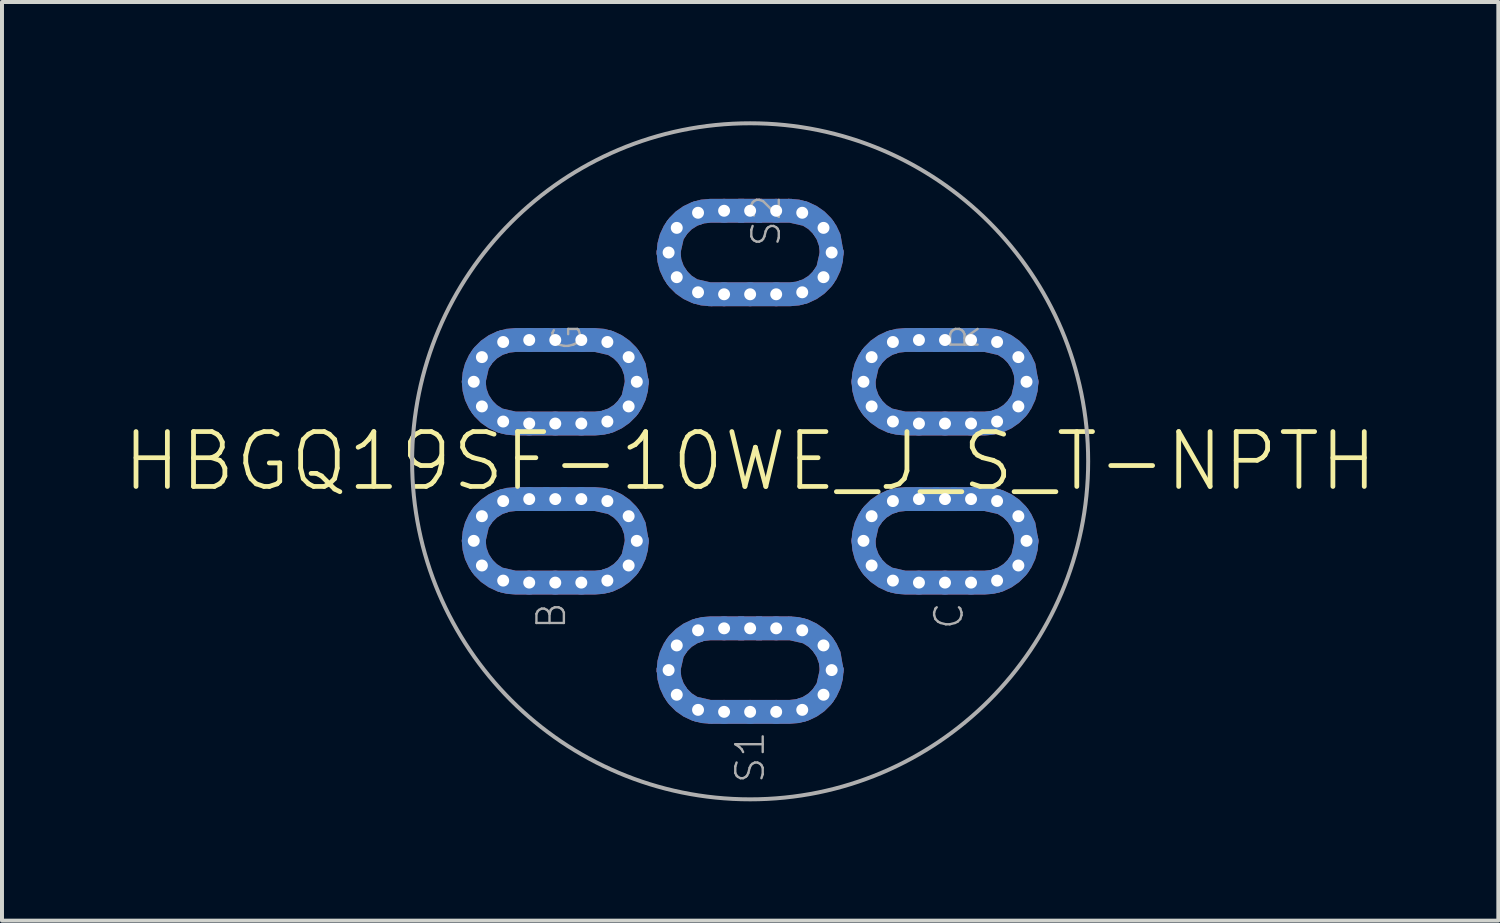
<source format=kicad_pcb>
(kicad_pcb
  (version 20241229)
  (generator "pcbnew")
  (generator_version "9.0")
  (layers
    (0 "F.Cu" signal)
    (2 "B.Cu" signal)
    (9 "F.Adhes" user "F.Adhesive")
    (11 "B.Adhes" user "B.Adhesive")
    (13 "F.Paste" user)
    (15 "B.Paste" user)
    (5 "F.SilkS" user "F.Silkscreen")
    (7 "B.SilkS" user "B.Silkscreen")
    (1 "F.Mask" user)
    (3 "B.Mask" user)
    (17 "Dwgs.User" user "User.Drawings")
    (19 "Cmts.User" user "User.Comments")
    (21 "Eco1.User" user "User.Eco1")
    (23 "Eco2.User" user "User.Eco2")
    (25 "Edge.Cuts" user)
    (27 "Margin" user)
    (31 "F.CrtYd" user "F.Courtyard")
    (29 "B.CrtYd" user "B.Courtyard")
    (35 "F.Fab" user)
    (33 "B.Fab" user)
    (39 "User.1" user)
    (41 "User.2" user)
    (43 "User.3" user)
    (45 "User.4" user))
  (footprint "HBGQ19SF-10WE_J_S_T-NPTH"
    (layer "F.Cu")
    (at 15.813 8.55)
    (property "Reference" "HBGQ19SF-10WE_J_S_T-NPTH" (at 0 0 0) (unlocked yes) (layer "F.SilkS") (effects (font (size 1.38 1.38) (thickness 0.12))))
    (fp_poly (pts (xy -5.05 -2.75) (xy -5.897 -2.75) (xy -6.067 -2.731) (xy -6.225 -2.675) (xy -6.367 -2.586) (xy -6.486 -2.467) (xy -6.574 -2.328) (xy -6.649 -1.997) (xy -6.631 -1.833) (xy -6.575 -1.675) (xy -6.486 -1.533) (xy -6.367 -1.414) (xy -6.228 -1.326) (xy -5.894 -1.25) (xy -3.903 -1.25) (xy -3.733 -1.269) (xy -3.575 -1.325) (xy -3.433 -1.414) (xy -3.314 -1.533) (xy -3.226 -1.672) (xy -3.151 -2.003) (xy -3.169 -2.167) (xy -3.225 -2.325) (xy -3.314 -2.467) (xy -3.433 -2.586) (xy -3.572 -2.674) (xy -3.906 -2.75) (xy -4.75 -2.75) (xy -4.75 -3.35) (xy -3.898 -3.35) (xy -3.666 -3.33) (xy -3.438 -3.269) (xy -3.225 -3.169) (xy -3.032 -3.034) (xy -2.866 -2.868) (xy -2.731 -2.675) (xy -2.63 -2.46) (xy -2.55 -2.002) (xy -2.57 -1.766) (xy -2.631 -1.538) (xy -2.731 -1.325) (xy -2.866 -1.132) (xy -3.032 -0.966) (xy -3.225 -0.831) (xy -3.438 -0.731) (xy -3.666 -0.67) (xy -3.898 -0.65) (xy -5.902 -0.65) (xy -6.134 -0.67) (xy -6.362 -0.731) (xy -6.575 -0.831) (xy -6.768 -0.966) (xy -6.934 -1.132) (xy -7.069 -1.325) (xy -7.169 -1.538) (xy -7.23 -1.766) (xy -7.25 -2) (xy -7.23 -2.234) (xy -7.169 -2.462) (xy -7.069 -2.675) (xy -6.934 -2.868) (xy -6.768 -3.034) (xy -6.575 -3.169) (xy -6.362 -3.269) (xy -6.134 -3.33) (xy -5.902 -3.35) (xy -5.05 -3.35)) (stroke (width 0) (type default)) (fill yes) (layer "F.Cu"))
    (fp_poly (pts (xy -5.05 1.25) (xy -5.897 1.25) (xy -6.067 1.269) (xy -6.225 1.325) (xy -6.367 1.414) (xy -6.486 1.533) (xy -6.574 1.672) (xy -6.649 2.003) (xy -6.631 2.167) (xy -6.575 2.325) (xy -6.486 2.467) (xy -6.367 2.586) (xy -6.228 2.674) (xy -5.894 2.75) (xy -3.903 2.75) (xy -3.733 2.731) (xy -3.575 2.675) (xy -3.433 2.586) (xy -3.314 2.467) (xy -3.226 2.328) (xy -3.151 1.997) (xy -3.169 1.833) (xy -3.225 1.675) (xy -3.314 1.533) (xy -3.433 1.414) (xy -3.572 1.326) (xy -3.906 1.25) (xy -4.75 1.25) (xy -4.75 0.65) (xy -3.898 0.65) (xy -3.666 0.67) (xy -3.438 0.731) (xy -3.225 0.831) (xy -3.032 0.966) (xy -2.866 1.132) (xy -2.731 1.325) (xy -2.63 1.54) (xy -2.55 1.998) (xy -2.57 2.234) (xy -2.631 2.462) (xy -2.731 2.675) (xy -2.866 2.868) (xy -3.032 3.034) (xy -3.225 3.169) (xy -3.438 3.269) (xy -3.666 3.33) (xy -3.898 3.35) (xy -5.902 3.35) (xy -6.134 3.33) (xy -6.362 3.269) (xy -6.575 3.169) (xy -6.768 3.034) (xy -6.934 2.868) (xy -7.069 2.675) (xy -7.169 2.462) (xy -7.23 2.234) (xy -7.25 2) (xy -7.23 1.766) (xy -7.169 1.538) (xy -7.069 1.325) (xy -6.934 1.132) (xy -6.768 0.966) (xy -6.575 0.831) (xy -6.362 0.731) (xy -6.134 0.67) (xy -5.902 0.65) (xy -5.05 0.65)) (stroke (width 0) (type default)) (fill yes) (layer "F.Cu"))
    (fp_poly (pts (xy 4.75 -2.75) (xy 3.903 -2.75) (xy 3.733 -2.731) (xy 3.575 -2.675) (xy 3.433 -2.586) (xy 3.314 -2.467) (xy 3.226 -2.328) (xy 3.151 -1.997) (xy 3.169 -1.833) (xy 3.225 -1.675) (xy 3.314 -1.533) (xy 3.433 -1.414) (xy 3.572 -1.326) (xy 3.906 -1.25) (xy 5.897 -1.25) (xy 6.067 -1.269) (xy 6.225 -1.325) (xy 6.367 -1.414) (xy 6.486 -1.533) (xy 6.574 -1.672) (xy 6.649 -2.003) (xy 6.631 -2.167) (xy 6.575 -2.325) (xy 6.486 -2.467) (xy 6.367 -2.586) (xy 6.228 -2.674) (xy 5.894 -2.75) (xy 5.05 -2.75) (xy 5.05 -3.35) (xy 5.902 -3.35) (xy 6.134 -3.33) (xy 6.362 -3.269) (xy 6.575 -3.169) (xy 6.768 -3.034) (xy 6.934 -2.868) (xy 7.069 -2.675) (xy 7.17 -2.46) (xy 7.25 -2.002) (xy 7.23 -1.766) (xy 7.169 -1.538) (xy 7.069 -1.325) (xy 6.934 -1.132) (xy 6.768 -0.966) (xy 6.575 -0.831) (xy 6.362 -0.731) (xy 6.134 -0.67) (xy 5.902 -0.65) (xy 3.898 -0.65) (xy 3.666 -0.67) (xy 3.438 -0.731) (xy 3.225 -0.831) (xy 3.032 -0.966) (xy 2.866 -1.132) (xy 2.731 -1.325) (xy 2.631 -1.538) (xy 2.57 -1.766) (xy 2.55 -2) (xy 2.57 -2.234) (xy 2.631 -2.462) (xy 2.731 -2.675) (xy 2.866 -2.868) (xy 3.032 -3.034) (xy 3.225 -3.169) (xy 3.438 -3.269) (xy 3.666 -3.33) (xy 3.898 -3.35) (xy 4.75 -3.35)) (stroke (width 0) (type default)) (fill yes) (layer "F.Cu"))
    (fp_poly (pts (xy 4.75 1.25) (xy 3.903 1.25) (xy 3.733 1.269) (xy 3.575 1.325) (xy 3.433 1.414) (xy 3.314 1.533) (xy 3.226 1.672) (xy 3.151 2.003) (xy 3.169 2.167) (xy 3.225 2.325) (xy 3.314 2.467) (xy 3.433 2.586) (xy 3.572 2.674) (xy 3.906 2.75) (xy 5.897 2.75) (xy 6.067 2.731) (xy 6.225 2.675) (xy 6.367 2.586) (xy 6.486 2.467) (xy 6.574 2.328) (xy 6.649 1.997) (xy 6.631 1.833) (xy 6.575 1.675) (xy 6.486 1.533) (xy 6.367 1.414) (xy 6.228 1.326) (xy 5.894 1.25) (xy 5.05 1.25) (xy 5.05 0.65) (xy 5.902 0.65) (xy 6.134 0.67) (xy 6.362 0.731) (xy 6.575 0.831) (xy 6.768 0.966) (xy 6.934 1.132) (xy 7.069 1.325) (xy 7.17 1.54) (xy 7.25 1.998) (xy 7.23 2.234) (xy 7.169 2.462) (xy 7.069 2.675) (xy 6.934 2.868) (xy 6.768 3.034) (xy 6.575 3.169) (xy 6.362 3.269) (xy 6.134 3.33) (xy 5.902 3.35) (xy 3.898 3.35) (xy 3.666 3.33) (xy 3.438 3.269) (xy 3.225 3.169) (xy 3.032 3.034) (xy 2.866 2.868) (xy 2.731 2.675) (xy 2.631 2.462) (xy 2.57 2.234) (xy 2.55 2) (xy 2.57 1.766) (xy 2.631 1.538) (xy 2.731 1.325) (xy 2.866 1.132) (xy 3.032 0.966) (xy 3.225 0.831) (xy 3.438 0.731) (xy 3.666 0.67) (xy 3.898 0.65) (xy 4.75 0.65)) (stroke (width 0) (type default)) (fill yes) (layer "F.Cu"))
    (fp_poly (pts (xy 1.002 -6.6) (xy 1.05 -6.6) (xy 1.05 -6.596) (xy 1.234 -6.58) (xy 1.462 -6.519) (xy 1.675 -6.419) (xy 1.868 -6.284) (xy 2.034 -6.118) (xy 2.169 -5.925) (xy 2.27 -5.71) (xy 2.342 -5.298) (xy 2.354 -5.298) (xy 2.33 -5.016) (xy 2.269 -4.788) (xy 2.169 -4.575) (xy 2.034 -4.382) (xy 1.868 -4.216) (xy 1.675 -4.081) (xy 1.462 -3.981) (xy 1.234 -3.92) (xy 1.002 -3.9) (xy -0.952 -3.9) (xy -0.952 -3.896) (xy -1.002 -3.9) (xy -1.05 -3.9) (xy -1.05 -3.904) (xy -1.234 -3.92) (xy -1.462 -3.981) (xy -1.675 -4.081) (xy -1.868 -4.216) (xy -2.034 -4.382) (xy -2.169 -4.575) (xy -2.269 -4.788) (xy -2.33 -5.016) (xy -2.346 -5.202) (xy -2.354 -5.202) (xy -2.35 -5.25) (xy -2.354 -5.298) (xy -2.346 -5.298) (xy -2.33 -5.484) (xy -2.269 -5.712) (xy -2.169 -5.925) (xy -2.034 -6.118) (xy -1.868 -6.284) (xy -1.675 -6.419) (xy -1.462 -6.519) (xy -1.234 -6.58) (xy -1.002 -6.6) (xy -0.15 -6.6) (xy -0.15 -6) (xy -0.997 -6) (xy -1.167 -5.981) (xy -1.325 -5.925) (xy -1.467 -5.836) (xy -1.586 -5.717) (xy -1.674 -5.578) (xy -1.749 -5.247) (xy -1.731 -5.083) (xy -1.675 -4.925) (xy -1.586 -4.783) (xy -1.467 -4.664) (xy -1.328 -4.576) (xy -0.994 -4.5) (xy 0.997 -4.5) (xy 1.167 -4.519) (xy 1.325 -4.575) (xy 1.467 -4.664) (xy 1.586 -4.783) (xy 1.674 -4.922) (xy 1.749 -5.253) (xy 1.731 -5.417) (xy 1.675 -5.575) (xy 1.586 -5.717) (xy 1.467 -5.836) (xy 1.328 -5.924) (xy 0.994 -6) (xy 0.15 -6) (xy 0.15 -6.6) (xy 0.952 -6.6) (xy 0.952 -6.604)) (stroke (width 0) (type default)) (fill yes) (layer "F.Cu"))
    (fp_poly (pts (xy 1.002 3.9) (xy 1.05 3.9) (xy 1.05 3.904) (xy 1.234 3.92) (xy 1.462 3.981) (xy 1.675 4.081) (xy 1.868 4.216) (xy 2.034 4.382) (xy 2.169 4.575) (xy 2.27 4.79) (xy 2.342 5.202) (xy 2.354 5.202) (xy 2.33 5.484) (xy 2.269 5.712) (xy 2.169 5.925) (xy 2.034 6.118) (xy 1.868 6.284) (xy 1.675 6.419) (xy 1.462 6.519) (xy 1.234 6.58) (xy 1.002 6.6) (xy -0.952 6.6) (xy -0.952 6.604) (xy -1.002 6.6) (xy -1.05 6.6) (xy -1.05 6.596) (xy -1.234 6.58) (xy -1.462 6.519) (xy -1.675 6.419) (xy -1.868 6.284) (xy -2.034 6.118) (xy -2.169 5.925) (xy -2.269 5.712) (xy -2.33 5.484) (xy -2.346 5.298) (xy -2.354 5.298) (xy -2.35 5.25) (xy -2.354 5.202) (xy -2.346 5.202) (xy -2.33 5.016) (xy -2.269 4.788) (xy -2.169 4.575) (xy -2.034 4.382) (xy -1.868 4.216) (xy -1.675 4.081) (xy -1.462 3.981) (xy -1.234 3.92) (xy -1.002 3.9) (xy -0.15 3.9) (xy -0.15 4.5) (xy -0.997 4.5) (xy -1.167 4.519) (xy -1.325 4.575) (xy -1.467 4.664) (xy -1.586 4.783) (xy -1.674 4.922) (xy -1.749 5.253) (xy -1.731 5.417) (xy -1.675 5.575) (xy -1.586 5.717) (xy -1.467 5.836) (xy -1.328 5.924) (xy -0.994 6) (xy 0.997 6) (xy 1.167 5.981) (xy 1.325 5.925) (xy 1.467 5.836) (xy 1.586 5.717) (xy 1.674 5.578) (xy 1.749 5.247) (xy 1.731 5.083) (xy 1.675 4.925) (xy 1.586 4.783) (xy 1.467 4.664) (xy 1.328 4.576) (xy 0.994 4.5) (xy 0.15 4.5) (xy 0.15 3.9) (xy 0.952 3.9) (xy 0.952 3.896)) (stroke (width 0) (type default)) (fill yes) (layer "F.Cu"))
    (fp_poly (pts (xy -3.732 -2.629) (xy -3.575 -2.564) (xy -3.44 -2.46) (xy -3.336 -2.325) (xy -3.271 -2.168) (xy -3.249 -2) (xy -3.271 -1.832) (xy -3.336 -1.675) (xy -3.44 -1.54) (xy -3.575 -1.436) (xy -3.732 -1.371) (xy -3.893 -1.35) (xy -5.907 -1.35) (xy -6.068 -1.371) (xy -6.225 -1.436) (xy -6.36 -1.54) (xy -6.468 -1.68) (xy -6.552 -1.993) (xy -6.529 -2.168) (xy -6.464 -2.325) (xy -6.36 -2.46) (xy -6.22 -2.568) (xy -5.913 -2.65) (xy -3.893 -2.65)) (stroke (width 0) (type default)) (fill yes) (layer "F.Mask"))
    (fp_poly (pts (xy -3.732 1.371) (xy -3.575 1.436) (xy -3.44 1.54) (xy -3.336 1.675) (xy -3.271 1.832) (xy -3.249 2) (xy -3.271 2.168) (xy -3.336 2.325) (xy -3.44 2.46) (xy -3.575 2.564) (xy -3.732 2.629) (xy -3.893 2.65) (xy -5.907 2.65) (xy -6.068 2.629) (xy -6.225 2.564) (xy -6.36 2.46) (xy -6.468 2.32) (xy -6.552 2.007) (xy -6.529 1.832) (xy -6.464 1.675) (xy -6.36 1.54) (xy -6.22 1.432) (xy -5.913 1.35) (xy -3.893 1.35)) (stroke (width 0) (type default)) (fill yes) (layer "F.Mask"))
    (fp_poly (pts (xy 1.168 -5.879) (xy 1.325 -5.814) (xy 1.46 -5.71) (xy 1.564 -5.575) (xy 1.629 -5.418) (xy 1.651 -5.25) (xy 1.629 -5.082) (xy 1.564 -4.925) (xy 1.46 -4.79) (xy 1.325 -4.686) (xy 1.168 -4.621) (xy 1.007 -4.6) (xy -1.007 -4.6) (xy -1.168 -4.621) (xy -1.325 -4.686) (xy -1.46 -4.79) (xy -1.568 -4.93) (xy -1.652 -5.243) (xy -1.629 -5.418) (xy -1.564 -5.575) (xy -1.46 -5.71) (xy -1.32 -5.818) (xy -1.013 -5.9) (xy 1.007 -5.9)) (stroke (width 0) (type default)) (fill yes) (layer "F.Mask"))
    (fp_poly (pts (xy 1.168 4.621) (xy 1.325 4.686) (xy 1.46 4.79) (xy 1.564 4.925) (xy 1.629 5.082) (xy 1.651 5.25) (xy 1.629 5.418) (xy 1.564 5.575) (xy 1.46 5.71) (xy 1.325 5.814) (xy 1.168 5.879) (xy 1.007 5.9) (xy -1.007 5.9) (xy -1.168 5.879) (xy -1.325 5.814) (xy -1.46 5.71) (xy -1.568 5.57) (xy -1.652 5.257) (xy -1.629 5.082) (xy -1.564 4.925) (xy -1.46 4.79) (xy -1.32 4.682) (xy -1.013 4.6) (xy 1.007 4.6)) (stroke (width 0) (type default)) (fill yes) (layer "F.Mask"))
    (fp_poly (pts (xy 6.068 -2.629) (xy 6.225 -2.564) (xy 6.36 -2.46) (xy 6.464 -2.325) (xy 6.529 -2.168) (xy 6.551 -2) (xy 6.529 -1.832) (xy 6.464 -1.675) (xy 6.36 -1.54) (xy 6.225 -1.436) (xy 6.068 -1.371) (xy 5.907 -1.35) (xy 3.893 -1.35) (xy 3.732 -1.371) (xy 3.575 -1.436) (xy 3.44 -1.54) (xy 3.332 -1.68) (xy 3.248 -1.993) (xy 3.271 -2.168) (xy 3.336 -2.325) (xy 3.44 -2.46) (xy 3.58 -2.568) (xy 3.887 -2.65) (xy 5.907 -2.65)) (stroke (width 0) (type default)) (fill yes) (layer "F.Mask"))
    (fp_poly (pts (xy 6.068 1.371) (xy 6.225 1.436) (xy 6.36 1.54) (xy 6.464 1.675) (xy 6.529 1.832) (xy 6.551 2) (xy 6.529 2.168) (xy 6.464 2.325) (xy 6.36 2.46) (xy 6.225 2.564) (xy 6.068 2.629) (xy 5.907 2.65) (xy 3.893 2.65) (xy 3.732 2.629) (xy 3.575 2.564) (xy 3.44 2.46) (xy 3.332 2.32) (xy 3.248 2.007) (xy 3.271 1.832) (xy 3.336 1.675) (xy 3.44 1.54) (xy 3.58 1.432) (xy 3.887 1.35) (xy 5.907 1.35)) (stroke (width 0) (type default)) (fill yes) (layer "F.Mask"))
    (fp_poly (pts (xy -5.05 -2.75) (xy -5.897 -2.75) (xy -6.067 -2.731) (xy -6.225 -2.675) (xy -6.367 -2.586) (xy -6.486 -2.467) (xy -6.574 -2.328) (xy -6.649 -1.997) (xy -6.631 -1.833) (xy -6.575 -1.675) (xy -6.486 -1.533) (xy -6.367 -1.414) (xy -6.228 -1.326) (xy -5.894 -1.25) (xy -3.903 -1.25) (xy -3.733 -1.269) (xy -3.575 -1.325) (xy -3.433 -1.414) (xy -3.314 -1.533) (xy -3.226 -1.672) (xy -3.151 -2.003) (xy -3.169 -2.167) (xy -3.225 -2.325) (xy -3.314 -2.467) (xy -3.433 -2.586) (xy -3.572 -2.674) (xy -3.906 -2.75) (xy -4.75 -2.75) (xy -4.75 -3.35) (xy -3.898 -3.35) (xy -3.666 -3.33) (xy -3.438 -3.269) (xy -3.225 -3.169) (xy -3.032 -3.034) (xy -2.866 -2.868) (xy -2.731 -2.675) (xy -2.63 -2.46) (xy -2.55 -2.002) (xy -2.57 -1.766) (xy -2.631 -1.538) (xy -2.731 -1.325) (xy -2.866 -1.132) (xy -3.032 -0.966) (xy -3.225 -0.831) (xy -3.438 -0.731) (xy -3.666 -0.67) (xy -3.898 -0.65) (xy -5.902 -0.65) (xy -6.134 -0.67) (xy -6.362 -0.731) (xy -6.575 -0.831) (xy -6.768 -0.966) (xy -6.934 -1.132) (xy -7.069 -1.325) (xy -7.169 -1.538) (xy -7.23 -1.766) (xy -7.25 -2) (xy -7.23 -2.234) (xy -7.169 -2.462) (xy -7.069 -2.675) (xy -6.934 -2.868) (xy -6.768 -3.034) (xy -6.575 -3.169) (xy -6.362 -3.269) (xy -6.134 -3.33) (xy -5.902 -3.35) (xy -5.05 -3.35)) (stroke (width 0) (type default)) (fill yes) (layer "B.Cu"))
    (fp_poly (pts (xy -5.05 1.25) (xy -5.897 1.25) (xy -6.067 1.269) (xy -6.225 1.325) (xy -6.367 1.414) (xy -6.486 1.533) (xy -6.574 1.672) (xy -6.649 2.003) (xy -6.631 2.167) (xy -6.575 2.325) (xy -6.486 2.467) (xy -6.367 2.586) (xy -6.228 2.674) (xy -5.894 2.75) (xy -3.903 2.75) (xy -3.733 2.731) (xy -3.575 2.675) (xy -3.433 2.586) (xy -3.314 2.467) (xy -3.226 2.328) (xy -3.151 1.997) (xy -3.169 1.833) (xy -3.225 1.675) (xy -3.314 1.533) (xy -3.433 1.414) (xy -3.572 1.326) (xy -3.906 1.25) (xy -4.75 1.25) (xy -4.75 0.65) (xy -3.898 0.65) (xy -3.666 0.67) (xy -3.438 0.731) (xy -3.225 0.831) (xy -3.032 0.966) (xy -2.866 1.132) (xy -2.731 1.325) (xy -2.63 1.54) (xy -2.55 1.998) (xy -2.57 2.234) (xy -2.631 2.462) (xy -2.731 2.675) (xy -2.866 2.868) (xy -3.032 3.034) (xy -3.225 3.169) (xy -3.438 3.269) (xy -3.666 3.33) (xy -3.898 3.35) (xy -5.902 3.35) (xy -6.134 3.33) (xy -6.362 3.269) (xy -6.575 3.169) (xy -6.768 3.034) (xy -6.934 2.868) (xy -7.069 2.675) (xy -7.169 2.462) (xy -7.23 2.234) (xy -7.25 2) (xy -7.23 1.766) (xy -7.169 1.538) (xy -7.069 1.325) (xy -6.934 1.132) (xy -6.768 0.966) (xy -6.575 0.831) (xy -6.362 0.731) (xy -6.134 0.67) (xy -5.902 0.65) (xy -5.05 0.65)) (stroke (width 0) (type default)) (fill yes) (layer "B.Cu"))
    (fp_poly (pts (xy 4.75 -2.75) (xy 3.903 -2.75) (xy 3.733 -2.731) (xy 3.575 -2.675) (xy 3.433 -2.586) (xy 3.314 -2.467) (xy 3.226 -2.328) (xy 3.151 -1.997) (xy 3.169 -1.833) (xy 3.225 -1.675) (xy 3.314 -1.533) (xy 3.433 -1.414) (xy 3.572 -1.326) (xy 3.906 -1.25) (xy 5.897 -1.25) (xy 6.067 -1.269) (xy 6.225 -1.325) (xy 6.367 -1.414) (xy 6.486 -1.533) (xy 6.574 -1.672) (xy 6.649 -2.003) (xy 6.631 -2.167) (xy 6.575 -2.325) (xy 6.486 -2.467) (xy 6.367 -2.586) (xy 6.228 -2.674) (xy 5.894 -2.75) (xy 5.05 -2.75) (xy 5.05 -3.35) (xy 5.902 -3.35) (xy 6.134 -3.33) (xy 6.362 -3.269) (xy 6.575 -3.169) (xy 6.768 -3.034) (xy 6.934 -2.868) (xy 7.069 -2.675) (xy 7.17 -2.46) (xy 7.25 -2.002) (xy 7.23 -1.766) (xy 7.169 -1.538) (xy 7.069 -1.325) (xy 6.934 -1.132) (xy 6.768 -0.966) (xy 6.575 -0.831) (xy 6.362 -0.731) (xy 6.134 -0.67) (xy 5.902 -0.65) (xy 3.898 -0.65) (xy 3.666 -0.67) (xy 3.438 -0.731) (xy 3.225 -0.831) (xy 3.032 -0.966) (xy 2.866 -1.132) (xy 2.731 -1.325) (xy 2.631 -1.538) (xy 2.57 -1.766) (xy 2.55 -2) (xy 2.57 -2.234) (xy 2.631 -2.462) (xy 2.731 -2.675) (xy 2.866 -2.868) (xy 3.032 -3.034) (xy 3.225 -3.169) (xy 3.438 -3.269) (xy 3.666 -3.33) (xy 3.898 -3.35) (xy 4.75 -3.35)) (stroke (width 0) (type default)) (fill yes) (layer "B.Cu"))
    (fp_poly (pts (xy 4.75 1.25) (xy 3.903 1.25) (xy 3.733 1.269) (xy 3.575 1.325) (xy 3.433 1.414) (xy 3.314 1.533) (xy 3.226 1.672) (xy 3.151 2.003) (xy 3.169 2.167) (xy 3.225 2.325) (xy 3.314 2.467) (xy 3.433 2.586) (xy 3.572 2.674) (xy 3.906 2.75) (xy 5.897 2.75) (xy 6.067 2.731) (xy 6.225 2.675) (xy 6.367 2.586) (xy 6.486 2.467) (xy 6.574 2.328) (xy 6.649 1.997) (xy 6.631 1.833) (xy 6.575 1.675) (xy 6.486 1.533) (xy 6.367 1.414) (xy 6.228 1.326) (xy 5.894 1.25) (xy 5.05 1.25) (xy 5.05 0.65) (xy 5.902 0.65) (xy 6.134 0.67) (xy 6.362 0.731) (xy 6.575 0.831) (xy 6.768 0.966) (xy 6.934 1.132) (xy 7.069 1.325) (xy 7.17 1.54) (xy 7.25 1.998) (xy 7.23 2.234) (xy 7.169 2.462) (xy 7.069 2.675) (xy 6.934 2.868) (xy 6.768 3.034) (xy 6.575 3.169) (xy 6.362 3.269) (xy 6.134 3.33) (xy 5.902 3.35) (xy 3.898 3.35) (xy 3.666 3.33) (xy 3.438 3.269) (xy 3.225 3.169) (xy 3.032 3.034) (xy 2.866 2.868) (xy 2.731 2.675) (xy 2.631 2.462) (xy 2.57 2.234) (xy 2.55 2) (xy 2.57 1.766) (xy 2.631 1.538) (xy 2.731 1.325) (xy 2.866 1.132) (xy 3.032 0.966) (xy 3.225 0.831) (xy 3.438 0.731) (xy 3.666 0.67) (xy 3.898 0.65) (xy 4.75 0.65)) (stroke (width 0) (type default)) (fill yes) (layer "B.Cu"))
    (fp_poly (pts (xy 1.002 -6.6) (xy 1.05 -6.6) (xy 1.05 -6.596) (xy 1.234 -6.58) (xy 1.462 -6.519) (xy 1.675 -6.419) (xy 1.868 -6.284) (xy 2.034 -6.118) (xy 2.169 -5.925) (xy 2.27 -5.71) (xy 2.342 -5.298) (xy 2.354 -5.298) (xy 2.33 -5.016) (xy 2.269 -4.788) (xy 2.169 -4.575) (xy 2.034 -4.382) (xy 1.868 -4.216) (xy 1.675 -4.081) (xy 1.462 -3.981) (xy 1.234 -3.92) (xy 1.002 -3.9) (xy -0.952 -3.9) (xy -0.952 -3.896) (xy -1.002 -3.9) (xy -1.05 -3.9) (xy -1.05 -3.904) (xy -1.234 -3.92) (xy -1.462 -3.981) (xy -1.675 -4.081) (xy -1.868 -4.216) (xy -2.034 -4.382) (xy -2.169 -4.575) (xy -2.269 -4.788) (xy -2.33 -5.016) (xy -2.346 -5.202) (xy -2.354 -5.202) (xy -2.35 -5.25) (xy -2.354 -5.298) (xy -2.346 -5.298) (xy -2.33 -5.484) (xy -2.269 -5.712) (xy -2.169 -5.925) (xy -2.034 -6.118) (xy -1.868 -6.284) (xy -1.675 -6.419) (xy -1.462 -6.519) (xy -1.234 -6.58) (xy -1.002 -6.6) (xy -0.15 -6.6) (xy -0.15 -6) (xy -0.997 -6) (xy -1.167 -5.981) (xy -1.325 -5.925) (xy -1.467 -5.836) (xy -1.586 -5.717) (xy -1.674 -5.578) (xy -1.749 -5.247) (xy -1.731 -5.083) (xy -1.675 -4.925) (xy -1.586 -4.783) (xy -1.467 -4.664) (xy -1.328 -4.576) (xy -0.994 -4.5) (xy 0.997 -4.5) (xy 1.167 -4.519) (xy 1.325 -4.575) (xy 1.467 -4.664) (xy 1.586 -4.783) (xy 1.674 -4.922) (xy 1.749 -5.253) (xy 1.731 -5.417) (xy 1.675 -5.575) (xy 1.586 -5.717) (xy 1.467 -5.836) (xy 1.328 -5.924) (xy 0.994 -6) (xy 0.15 -6) (xy 0.15 -6.6) (xy 0.952 -6.6) (xy 0.952 -6.604)) (stroke (width 0) (type default)) (fill yes) (layer "B.Cu"))
    (fp_poly (pts (xy 1.002 3.9) (xy 1.05 3.9) (xy 1.05 3.904) (xy 1.234 3.92) (xy 1.462 3.981) (xy 1.675 4.081) (xy 1.868 4.216) (xy 2.034 4.382) (xy 2.169 4.575) (xy 2.27 4.79) (xy 2.342 5.202) (xy 2.354 5.202) (xy 2.33 5.484) (xy 2.269 5.712) (xy 2.169 5.925) (xy 2.034 6.118) (xy 1.868 6.284) (xy 1.675 6.419) (xy 1.462 6.519) (xy 1.234 6.58) (xy 1.002 6.6) (xy -0.952 6.6) (xy -0.952 6.604) (xy -1.002 6.6) (xy -1.05 6.6) (xy -1.05 6.596) (xy -1.234 6.58) (xy -1.462 6.519) (xy -1.675 6.419) (xy -1.868 6.284) (xy -2.034 6.118) (xy -2.169 5.925) (xy -2.269 5.712) (xy -2.33 5.484) (xy -2.346 5.298) (xy -2.354 5.298) (xy -2.35 5.25) (xy -2.354 5.202) (xy -2.346 5.202) (xy -2.33 5.016) (xy -2.269 4.788) (xy -2.169 4.575) (xy -2.034 4.382) (xy -1.868 4.216) (xy -1.675 4.081) (xy -1.462 3.981) (xy -1.234 3.92) (xy -1.002 3.9) (xy -0.15 3.9) (xy -0.15 4.5) (xy -0.997 4.5) (xy -1.167 4.519) (xy -1.325 4.575) (xy -1.467 4.664) (xy -1.586 4.783) (xy -1.674 4.922) (xy -1.749 5.253) (xy -1.731 5.417) (xy -1.675 5.575) (xy -1.586 5.717) (xy -1.467 5.836) (xy -1.328 5.924) (xy -0.994 6) (xy 0.997 6) (xy 1.167 5.981) (xy 1.325 5.925) (xy 1.467 5.836) (xy 1.586 5.717) (xy 1.674 5.578) (xy 1.749 5.247) (xy 1.731 5.083) (xy 1.675 4.925) (xy 1.586 4.783) (xy 1.467 4.664) (xy 1.328 4.576) (xy 0.994 4.5) (xy 0.15 4.5) (xy 0.15 3.9) (xy 0.952 3.9) (xy 0.952 3.896)) (stroke (width 0) (type default)) (fill yes) (layer "B.Cu"))
    (fp_poly (pts (xy -3.648 -3.428) (xy -3.404 -3.363) (xy -3.175 -3.256) (xy -2.968 -3.111) (xy -2.789 -2.932) (xy -2.644 -2.725) (xy -2.535 -2.492) (xy -2.449 -2.004) (xy -2.472 -1.748) (xy -2.537 -1.504) (xy -2.644 -1.275) (xy -2.789 -1.068) (xy -2.968 -0.889) (xy -3.175 -0.744) (xy -3.404 -0.637) (xy -3.648 -0.572) (xy -3.896 -0.55) (xy -5.904 -0.55) (xy -6.152 -0.572) (xy -6.396 -0.637) (xy -6.625 -0.744) (xy -6.832 -0.889) (xy -7.011 -1.068) (xy -7.156 -1.275) (xy -7.263 -1.504) (xy -7.328 -1.748) (xy -7.35 -2) (xy -7.328 -2.252) (xy -7.263 -2.496) (xy -7.156 -2.725) (xy -7.011 -2.932) (xy -6.832 -3.111) (xy -6.625 -3.256) (xy -6.396 -3.363) (xy -6.152 -3.428) (xy -5.904 -3.45) (xy -3.896 -3.45)) (stroke (width 0) (type default)) (fill yes) (layer "B.Mask"))
    (fp_poly (pts (xy -3.648 0.572) (xy -3.404 0.637) (xy -3.175 0.744) (xy -2.968 0.889) (xy -2.789 1.068) (xy -2.644 1.275) (xy -2.535 1.508) (xy -2.449 1.996) (xy -2.472 2.252) (xy -2.537 2.496) (xy -2.644 2.725) (xy -2.789 2.932) (xy -2.968 3.111) (xy -3.175 3.256) (xy -3.404 3.363) (xy -3.648 3.428) (xy -3.896 3.45) (xy -5.904 3.45) (xy -6.152 3.428) (xy -6.396 3.363) (xy -6.625 3.256) (xy -6.832 3.111) (xy -7.011 2.932) (xy -7.156 2.725) (xy -7.263 2.496) (xy -7.328 2.252) (xy -7.35 2) (xy -7.328 1.748) (xy -7.263 1.504) (xy -7.156 1.275) (xy -7.011 1.068) (xy -6.832 0.889) (xy -6.625 0.744) (xy -6.396 0.637) (xy -6.152 0.572) (xy -5.904 0.55) (xy -3.896 0.55)) (stroke (width 0) (type default)) (fill yes) (layer "B.Mask"))
    (fp_poly (pts (xy 6.152 -3.428) (xy 6.396 -3.363) (xy 6.625 -3.256) (xy 6.832 -3.111) (xy 7.011 -2.932) (xy 7.156 -2.725) (xy 7.265 -2.492) (xy 7.351 -2.004) (xy 7.328 -1.748) (xy 7.263 -1.504) (xy 7.156 -1.275) (xy 7.011 -1.068) (xy 6.832 -0.889) (xy 6.625 -0.744) (xy 6.396 -0.637) (xy 6.152 -0.572) (xy 5.904 -0.55) (xy 3.896 -0.55) (xy 3.648 -0.572) (xy 3.404 -0.637) (xy 3.175 -0.744) (xy 2.968 -0.889) (xy 2.789 -1.068) (xy 2.644 -1.275) (xy 2.537 -1.504) (xy 2.472 -1.748) (xy 2.45 -2) (xy 2.472 -2.252) (xy 2.537 -2.496) (xy 2.644 -2.725) (xy 2.789 -2.932) (xy 2.968 -3.111) (xy 3.175 -3.256) (xy 3.404 -3.363) (xy 3.648 -3.428) (xy 3.896 -3.45) (xy 5.904 -3.45)) (stroke (width 0) (type default)) (fill yes) (layer "B.Mask"))
    (fp_poly (pts (xy 6.152 0.572) (xy 6.396 0.637) (xy 6.625 0.744) (xy 6.832 0.889) (xy 7.011 1.068) (xy 7.156 1.275) (xy 7.265 1.508) (xy 7.351 1.996) (xy 7.328 2.252) (xy 7.263 2.496) (xy 7.156 2.725) (xy 7.011 2.932) (xy 6.832 3.111) (xy 6.625 3.256) (xy 6.396 3.363) (xy 6.152 3.428) (xy 5.904 3.45) (xy 3.896 3.45) (xy 3.648 3.428) (xy 3.404 3.363) (xy 3.175 3.256) (xy 2.968 3.111) (xy 2.789 2.932) (xy 2.644 2.725) (xy 2.537 2.496) (xy 2.472 2.252) (xy 2.45 2) (xy 2.472 1.748) (xy 2.537 1.504) (xy 2.644 1.275) (xy 2.789 1.068) (xy 2.968 0.889) (xy 3.175 0.744) (xy 3.404 0.637) (xy 3.648 0.572) (xy 3.896 0.55) (xy 5.904 0.55)) (stroke (width 0) (type default)) (fill yes) (layer "B.Mask"))
    (fp_poly (pts (xy 1.004 -6.7) (xy 1.1 -6.7) (xy 1.1 -6.692) (xy 1.252 -6.678) (xy 1.496 -6.613) (xy 1.725 -6.506) (xy 1.932 -6.361) (xy 2.111 -6.182) (xy 2.256 -5.975) (xy 2.365 -5.742) (xy 2.435 -5.346) (xy 2.459 -5.345) (xy 2.428 -4.998) (xy 2.363 -4.754) (xy 2.256 -4.525) (xy 2.111 -4.318) (xy 1.932 -4.139) (xy 1.725 -3.994) (xy 1.496 -3.887) (xy 1.252 -3.822) (xy 1.004 -3.8) (xy -0.904 -3.8) (xy -0.905 -3.791) (xy -1.004 -3.8) (xy -1.1 -3.8) (xy -1.1 -3.808) (xy -1.252 -3.822) (xy -1.496 -3.887) (xy -1.725 -3.994) (xy -1.932 -4.139) (xy -2.111 -4.318) (xy -2.256 -4.525) (xy -2.363 -4.754) (xy -2.428 -4.998) (xy -2.442 -5.154) (xy -2.459 -5.155) (xy -2.45 -5.25) (xy -2.459 -5.345) (xy -2.442 -5.346) (xy -2.428 -5.502) (xy -2.363 -5.746) (xy -2.256 -5.975) (xy -2.111 -6.182) (xy -1.932 -6.361) (xy -1.725 -6.506) (xy -1.496 -6.613) (xy -1.252 -6.678) (xy -1.004 -6.7) (xy 0.904 -6.7) (xy 0.905 -6.709)) (stroke (width 0) (type default)) (fill yes) (layer "B.Mask"))
    (fp_poly (pts (xy 1.004 3.8) (xy 1.1 3.8) (xy 1.1 3.808) (xy 1.252 3.822) (xy 1.496 3.887) (xy 1.725 3.994) (xy 1.932 4.139) (xy 2.111 4.318) (xy 2.256 4.525) (xy 2.365 4.758) (xy 2.435 5.154) (xy 2.459 5.155) (xy 2.428 5.502) (xy 2.363 5.746) (xy 2.256 5.975) (xy 2.111 6.182) (xy 1.932 6.361) (xy 1.725 6.506) (xy 1.496 6.613) (xy 1.252 6.678) (xy 1.004 6.7) (xy -0.904 6.7) (xy -0.905 6.709) (xy -1.004 6.7) (xy -1.1 6.7) (xy -1.1 6.692) (xy -1.252 6.678) (xy -1.496 6.613) (xy -1.725 6.506) (xy -1.932 6.361) (xy -2.111 6.182) (xy -2.256 5.975) (xy -2.363 5.746) (xy -2.428 5.502) (xy -2.442 5.346) (xy -2.459 5.345) (xy -2.45 5.25) (xy -2.459 5.155) (xy -2.442 5.154) (xy -2.428 4.998) (xy -2.363 4.754) (xy -2.256 4.525) (xy -2.111 4.318) (xy -1.932 4.139) (xy -1.725 3.994) (xy -1.496 3.887) (xy -1.252 3.822) (xy -1.004 3.8) (xy 0.904 3.8) (xy 0.905 3.791)) (stroke (width 0) (type default)) (fill yes) (layer "B.Mask"))
    (fp_circle (center 0 0) (end 8.5 0) (stroke (width 0.1) (type solid)) (fill no) (layer "F.Fab"))
    (fp_text user "S2" (at 0 -6.746 90) (layer "F.Fab") (effects (font (size 0.69 0.69) (thickness 0.06)) (justify right top)))
    (fp_text user "B" (at -5 3.5 90) (layer "F.Fab") (effects (font (size 0.69 0.69) (thickness 0.06)) (justify right)))
    (fp_text user "C" (at 5 3.5 90) (layer "F.Fab") (effects (font (size 0.69 0.69) (thickness 0.06)) (justify right)))
    (fp_text user "R" (at 5 -3.5 90) (layer "F.Fab") (effects (font (size 0.69 0.69) (thickness 0.06)) (justify right top)))
    (fp_text user "G" (at -5 -3.5 90) (layer "F.Fab") (effects (font (size 0.69 0.69) (thickness 0.06)) (justify right top)))
    (fp_text user "S1" (at 0 6.746 90) (layer "F.Fab") (effects (font (size 0.69 0.69) (thickness 0.06)) (justify right)))
    (pad "B01" thru_hole rect (at -4.9 0.95) (size 0.6 0.6) (drill 0.3) (layers "*.Cu"))
    (pad "B02" thru_hole circle (at -4.245 0.95 180) (size 0.6 0.6) (drill 0.3) (layers "*.Cu"))
    (pad "B03" thru_hole circle (at -3.59 1 180) (size 0.6 0.6) (drill 0.3) (layers "*.Cu"))
    (pad "B04" thru_hole circle (at -3.055 1.38 180) (size 0.6 0.6) (drill 0.3) (layers "*.Cu"))
    (pad "B05" thru_hole circle (at -2.85 2) (size 0.6 0.6) (drill 0.3) (layers "*.Cu"))
    (pad "B06" thru_hole circle (at -3.055 2.62 180) (size 0.6 0.6) (drill 0.3) (layers "*.Cu"))
    (pad "B07" thru_hole circle (at -3.59 3 180) (size 0.6 0.6) (drill 0.3) (layers "*.Cu"))
    (pad "B08" thru_hole circle (at -4.245 3.05 180) (size 0.6 0.6) (drill 0.3) (layers "*.Cu"))
    (pad "B09" thru_hole circle (at -4.9 3.05) (size 0.6 0.6) (drill 0.3) (layers "*.Cu"))
    (pad "B10" thru_hole circle (at -5.555 3.05) (size 0.6 0.6) (drill 0.3) (layers "*.Cu"))
    (pad "B11" thru_hole circle (at -6.21 3) (size 0.6 0.6) (drill 0.3) (layers "*.Cu"))
    (pad "B12" thru_hole circle (at -6.745 2.62) (size 0.6 0.6) (drill 0.3) (layers "*.Cu"))
    (pad "B13" thru_hole circle (at -6.95 2) (size 0.6 0.6) (drill 0.3) (layers "*.Cu"))
    (pad "B14" thru_hole circle (at -6.745 1.38) (size 0.6 0.6) (drill 0.3) (layers "*.Cu"))
    (pad "B15" thru_hole circle (at -6.21 1) (size 0.6 0.6) (drill 0.3) (layers "*.Cu"))
    (pad "B16" thru_hole circle (at -5.555 0.95) (size 0.6 0.6) (drill 0.3) (layers "*.Cu"))
    (pad "C01" thru_hole rect (at 4.9 0.95) (size 0.6 0.6) (drill 0.3) (layers "*.Cu"))
    (pad "C02" thru_hole circle (at 5.555 0.95 180) (size 0.6 0.6) (drill 0.3) (layers "*.Cu"))
    (pad "C03" thru_hole circle (at 6.21 1 180) (size 0.6 0.6) (drill 0.3) (layers "*.Cu"))
    (pad "C04" thru_hole circle (at 6.745 1.38 180) (size 0.6 0.6) (drill 0.3) (layers "*.Cu"))
    (pad "C05" thru_hole circle (at 6.95 2) (size 0.6 0.6) (drill 0.3) (layers "*.Cu"))
    (pad "C06" thru_hole circle (at 6.745 2.62 180) (size 0.6 0.6) (drill 0.3) (layers "*.Cu"))
    (pad "C07" thru_hole circle (at 6.21 3 180) (size 0.6 0.6) (drill 0.3) (layers "*.Cu"))
    (pad "C08" thru_hole circle (at 5.555 3.05 180) (size 0.6 0.6) (drill 0.3) (layers "*.Cu"))
    (pad "C09" thru_hole circle (at 4.9 3.05) (size 0.6 0.6) (drill 0.3) (layers "*.Cu"))
    (pad "C10" thru_hole circle (at 4.245 3.05) (size 0.6 0.6) (drill 0.3) (layers "*.Cu"))
    (pad "C11" thru_hole circle (at 3.59 3) (size 0.6 0.6) (drill 0.3) (layers "*.Cu"))
    (pad "C12" thru_hole circle (at 3.055 2.62) (size 0.6 0.6) (drill 0.3) (layers "*.Cu"))
    (pad "C13" thru_hole circle (at 2.85 2) (size 0.6 0.6) (drill 0.3) (layers "*.Cu"))
    (pad "C14" thru_hole circle (at 3.055 1.38) (size 0.6 0.6) (drill 0.3) (layers "*.Cu"))
    (pad "C15" thru_hole circle (at 3.59 1) (size 0.6 0.6) (drill 0.3) (layers "*.Cu"))
    (pad "C16" thru_hole circle (at 4.245 0.95) (size 0.6 0.6) (drill 0.3) (layers "*.Cu"))
    (pad "G01" thru_hole rect (at -4.9 -3.05) (size 0.6 0.6) (drill 0.3) (layers "*.Cu"))
    (pad "G02" thru_hole circle (at -4.245 -3.05 180) (size 0.6 0.6) (drill 0.3) (layers "*.Cu"))
    (pad "G03" thru_hole circle (at -3.59 -3 180) (size 0.6 0.6) (drill 0.3) (layers "*.Cu"))
    (pad "G04" thru_hole circle (at -3.055 -2.62 180) (size 0.6 0.6) (drill 0.3) (layers "*.Cu"))
    (pad "G05" thru_hole circle (at -2.85 -2) (size 0.6 0.6) (drill 0.3) (layers "*.Cu"))
    (pad "G06" thru_hole circle (at -3.055 -1.38 180) (size 0.6 0.6) (drill 0.3) (layers "*.Cu"))
    (pad "G07" thru_hole circle (at -3.59 -1 180) (size 0.6 0.6) (drill 0.3) (layers "*.Cu"))
    (pad "G08" thru_hole circle (at -4.245 -0.95 180) (size 0.6 0.6) (drill 0.3) (layers "*.Cu"))
    (pad "G09" thru_hole circle (at -4.9 -0.95) (size 0.6 0.6) (drill 0.3) (layers "*.Cu"))
    (pad "G10" thru_hole circle (at -5.555 -0.95) (size 0.6 0.6) (drill 0.3) (layers "*.Cu"))
    (pad "G11" thru_hole circle (at -6.21 -1) (size 0.6 0.6) (drill 0.3) (layers "*.Cu"))
    (pad "G12" thru_hole circle (at -6.745 -1.38) (size 0.6 0.6) (drill 0.3) (layers "*.Cu"))
    (pad "G13" thru_hole circle (at -6.95 -2) (size 0.6 0.6) (drill 0.3) (layers "*.Cu"))
    (pad "G14" thru_hole circle (at -6.745 -2.62) (size 0.6 0.6) (drill 0.3) (layers "*.Cu"))
    (pad "G15" thru_hole circle (at -6.21 -3) (size 0.6 0.6) (drill 0.3) (layers "*.Cu"))
    (pad "G16" thru_hole circle (at -5.555 -3.05) (size 0.6 0.6) (drill 0.3) (layers "*.Cu"))
    (pad "R01" thru_hole rect (at 4.9 -3.05) (size 0.6 0.6) (drill 0.3) (layers "*.Cu"))
    (pad "R02" thru_hole circle (at 5.555 -3.05 180) (size 0.6 0.6) (drill 0.3) (layers "*.Cu"))
    (pad "R03" thru_hole circle (at 6.21 -3 180) (size 0.6 0.6) (drill 0.3) (layers "*.Cu"))
    (pad "R04" thru_hole circle (at 6.745 -2.62 180) (size 0.6 0.6) (drill 0.3) (layers "*.Cu"))
    (pad "R05" thru_hole circle (at 6.95 -2) (size 0.6 0.6) (drill 0.3) (layers "*.Cu"))
    (pad "R06" thru_hole circle (at 6.745 -1.38 180) (size 0.6 0.6) (drill 0.3) (layers "*.Cu"))
    (pad "R07" thru_hole circle (at 6.21 -1 180) (size 0.6 0.6) (drill 0.3) (layers "*.Cu"))
    (pad "R08" thru_hole circle (at 5.555 -0.95 180) (size 0.6 0.6) (drill 0.3) (layers "*.Cu"))
    (pad "R09" thru_hole circle (at 4.9 -0.95) (size 0.6 0.6) (drill 0.3) (layers "*.Cu"))
    (pad "R10" thru_hole circle (at 4.245 -0.95) (size 0.6 0.6) (drill 0.3) (layers "*.Cu"))
    (pad "R11" thru_hole circle (at 3.59 -1) (size 0.6 0.6) (drill 0.3) (layers "*.Cu"))
    (pad "R12" thru_hole circle (at 3.055 -1.38) (size 0.6 0.6) (drill 0.3) (layers "*.Cu"))
    (pad "R13" thru_hole circle (at 2.85 -2) (size 0.6 0.6) (drill 0.3) (layers "*.Cu"))
    (pad "R14" thru_hole circle (at 3.055 -2.62) (size 0.6 0.6) (drill 0.3) (layers "*.Cu"))
    (pad "R15" thru_hole circle (at 3.59 -3) (size 0.6 0.6) (drill 0.3) (layers "*.Cu"))
    (pad "R16" thru_hole circle (at 4.245 -3.05) (size 0.6 0.6) (drill 0.3) (layers "*.Cu"))
    (pad "S101" thru_hole rect (at 0 4.2) (size 0.6 0.6) (drill 0.3) (layers "*.Cu"))
    (pad "S102" thru_hole circle (at 0.655 4.2 180) (size 0.6 0.6) (drill 0.3) (layers "*.Cu"))
    (pad "S103" thru_hole circle (at 1.31 4.25 180) (size 0.6 0.6) (drill 0.3) (layers "*.Cu"))
    (pad "S104" thru_hole circle (at 1.845 4.63 180) (size 0.6 0.6) (drill 0.3) (layers "*.Cu"))
    (pad "S105" thru_hole circle (at 2.05 5.25) (size 0.6 0.6) (drill 0.3) (layers "*.Cu"))
    (pad "S106" thru_hole circle (at 1.845 5.87 180) (size 0.6 0.6) (drill 0.3) (layers "*.Cu"))
    (pad "S107" thru_hole circle (at 1.31 6.25 180) (size 0.6 0.6) (drill 0.3) (layers "*.Cu"))
    (pad "S108" thru_hole circle (at 0.655 6.3 180) (size 0.6 0.6) (drill 0.3) (layers "*.Cu"))
    (pad "S109" thru_hole circle (at 0 6.3) (size 0.6 0.6) (drill 0.3) (layers "*.Cu"))
    (pad "S110" thru_hole circle (at -0.655 6.3) (size 0.6 0.6) (drill 0.3) (layers "*.Cu"))
    (pad "S111" thru_hole circle (at -1.31 6.25) (size 0.6 0.6) (drill 0.3) (layers "*.Cu"))
    (pad "S112" thru_hole circle (at -1.845 5.87) (size 0.6 0.6) (drill 0.3) (layers "*.Cu"))
    (pad "S113" thru_hole circle (at -2.05 5.25) (size 0.6 0.6) (drill 0.3) (layers "*.Cu"))
    (pad "S114" thru_hole circle (at -1.845 4.63) (size 0.6 0.6) (drill 0.3) (layers "*.Cu"))
    (pad "S115" thru_hole circle (at -1.31 4.25) (size 0.6 0.6) (drill 0.3) (layers "*.Cu"))
    (pad "S116" thru_hole circle (at -0.655 4.2) (size 0.6 0.6) (drill 0.3) (layers "*.Cu"))
    (pad "S201" thru_hole rect (at 0 -6.3) (size 0.6 0.6) (drill 0.3) (layers "*.Cu"))
    (pad "S202" thru_hole circle (at 0.655 -6.3 180) (size 0.6 0.6) (drill 0.3) (layers "*.Cu"))
    (pad "S203" thru_hole circle (at 1.31 -6.25 180) (size 0.6 0.6) (drill 0.3) (layers "*.Cu"))
    (pad "S204" thru_hole circle (at 1.845 -5.87 180) (size 0.6 0.6) (drill 0.3) (layers "*.Cu"))
    (pad "S205" thru_hole circle (at 2.05 -5.25) (size 0.6 0.6) (drill 0.3) (layers "*.Cu"))
    (pad "S206" thru_hole circle (at 1.845 -4.63 180) (size 0.6 0.6) (drill 0.3) (layers "*.Cu"))
    (pad "S207" thru_hole circle (at 1.31 -4.25 180) (size 0.6 0.6) (drill 0.3) (layers "*.Cu"))
    (pad "S208" thru_hole circle (at 0.655 -4.2 180) (size 0.6 0.6) (drill 0.3) (layers "*.Cu"))
    (pad "S209" thru_hole circle (at 0 -4.2) (size 0.6 0.6) (drill 0.3) (layers "*.Cu"))
    (pad "S210" thru_hole circle (at -0.655 -4.2) (size 0.6 0.6) (drill 0.3) (layers "*.Cu"))
    (pad "S211" thru_hole circle (at -1.31 -4.25) (size 0.6 0.6) (drill 0.3) (layers "*.Cu"))
    (pad "S212" thru_hole circle (at -1.845 -4.63) (size 0.6 0.6) (drill 0.3) (layers "*.Cu"))
    (pad "S213" thru_hole circle (at -2.05 -5.25) (size 0.6 0.6) (drill 0.3) (layers "*.Cu"))
    (pad "S214" thru_hole circle (at -1.845 -5.87) (size 0.6 0.6) (drill 0.3) (layers "*.Cu"))
    (pad "S215" thru_hole circle (at -1.31 -6.25) (size 0.6 0.6) (drill 0.3) (layers "*.Cu"))
    (pad "S216" thru_hole circle (at -0.655 -6.3) (size 0.6 0.6) (drill 0.3) (layers "*.Cu")))
  (gr_rect
    (start -3 -3)
    (end 34.627 20.1)
    (stroke (width 0.1) (type default))
    (fill no)
    (layer "Edge.Cuts")))
</source>
